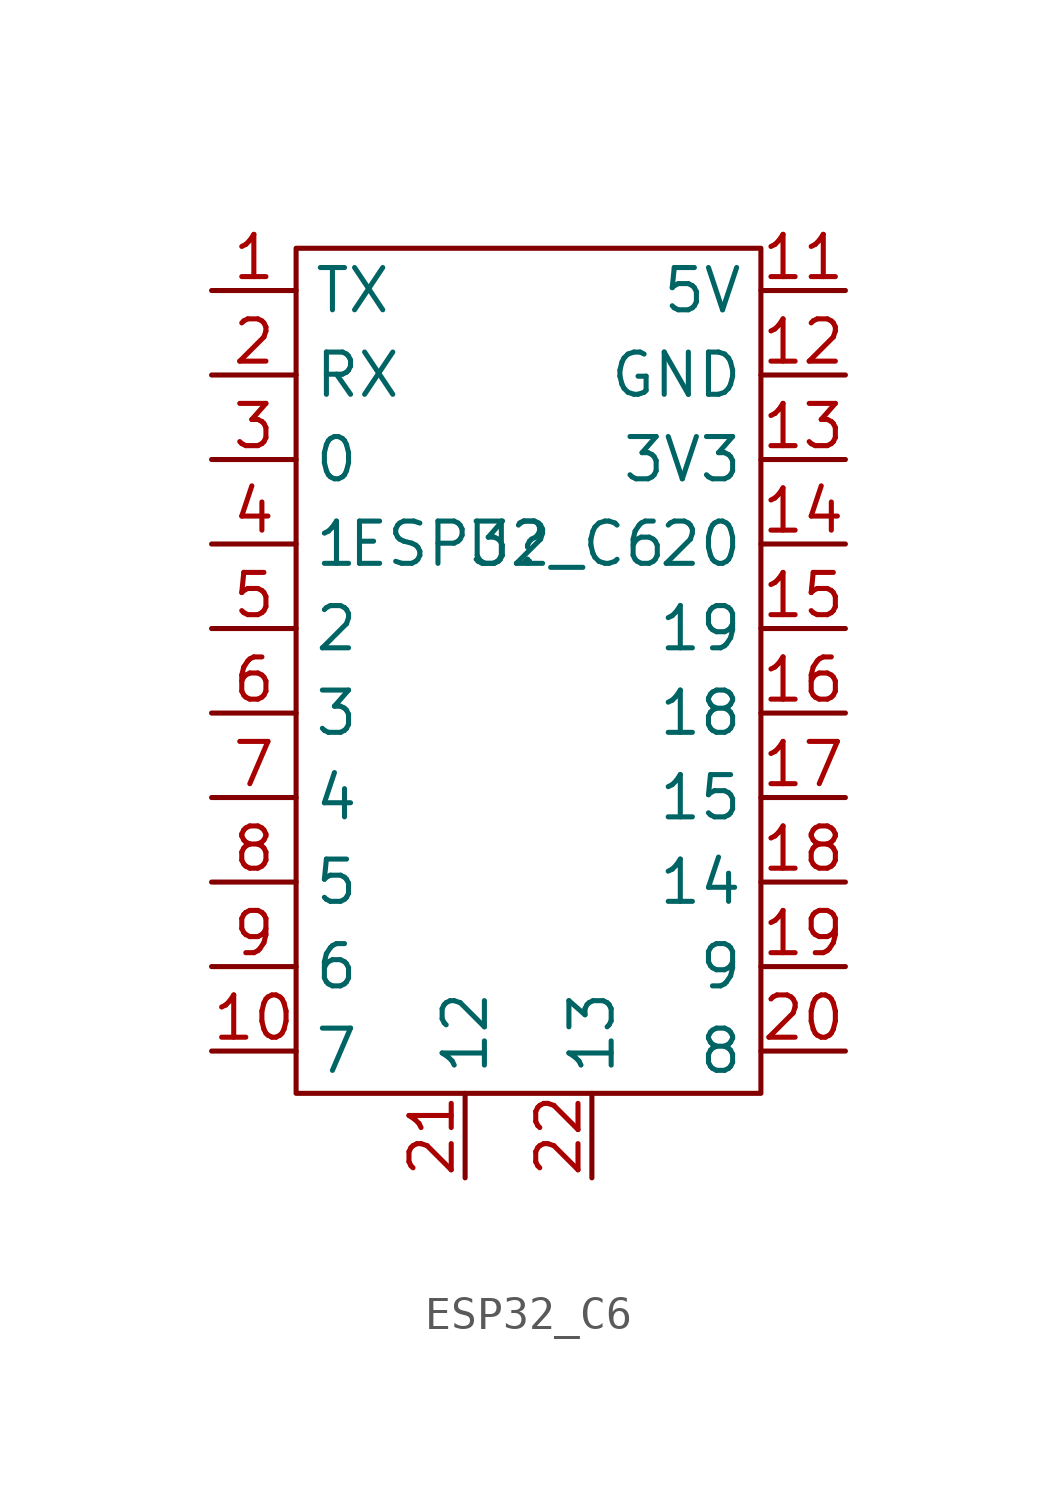
<source format=kicad_sym>
(kicad_symbol_lib
  (version 20220914)
  (generator kicad_symbol_editor)
  (symbol "ESP32_C6"
    (property "Reference" "U"
      (at 0 0 0)
      (effects (font (size 1.27 1.27))))
    (property "Value" "ESP32_C6"
      (at 0 0 0)
      (effects (font (size 1.27 1.27))))
    (symbol "ESP32_C6_0_1"
      (rectangle (start -6.35 8.89) (end 7.62 -16.51) (stroke (width 0) (type default)) (fill (type none))))
    (symbol "ESP32_C6_1_1"
      (pin input line (at -8.89 7.62 0) (length 2.54) (name "TX" (effects (font (size 1.27 1.27)))) (number "1" (effects (font (size 1.27 1.27)))))
      (pin input line (at -8.89 -15.24 0) (length 2.54) (name "7" (effects (font (size 1.27 1.27)))) (number "10" (effects (font (size 1.27 1.27)))))
      (pin input line (at 10.16 7.62 180) (length 2.54) (name "5V" (effects (font (size 1.27 1.27)))) (number "11" (effects (font (size 1.27 1.27)))))
      (pin input line (at 10.16 5.08 180) (length 2.54) (name "GND" (effects (font (size 1.27 1.27)))) (number "12" (effects (font (size 1.27 1.27)))))
      (pin input line (at 10.16 2.54 180) (length 2.54) (name "3V3" (effects (font (size 1.27 1.27)))) (number "13" (effects (font (size 1.27 1.27)))))
      (pin input line (at 10.16 0 180) (length 2.54) (name "20" (effects (font (size 1.27 1.27)))) (number "14" (effects (font (size 1.27 1.27)))))
      (pin input line (at 10.16 -2.54 180) (length 2.54) (name "19" (effects (font (size 1.27 1.27)))) (number "15" (effects (font (size 1.27 1.27)))))
      (pin input line (at 10.16 -5.08 180) (length 2.54) (name "18" (effects (font (size 1.27 1.27)))) (number "16" (effects (font (size 1.27 1.27)))))
      (pin input line (at 10.16 -7.62 180) (length 2.54) (name "15" (effects (font (size 1.27 1.27)))) (number "17" (effects (font (size 1.27 1.27)))))
      (pin input line (at 10.16 -10.16 180) (length 2.54) (name "14" (effects (font (size 1.27 1.27)))) (number "18" (effects (font (size 1.27 1.27)))))
      (pin input line (at 10.16 -12.7 180) (length 2.54) (name "9" (effects (font (size 1.27 1.27)))) (number "19" (effects (font (size 1.27 1.27)))))
      (pin input line (at -8.89 5.08 0) (length 2.54) (name "RX" (effects (font (size 1.27 1.27)))) (number "2" (effects (font (size 1.27 1.27)))))
      (pin input line (at 10.16 -15.24 180) (length 2.54) (name "8" (effects (font (size 1.27 1.27)))) (number "20" (effects (font (size 1.27 1.27)))))
      (pin input line (at -1.27 -19.05 90) (length 2.54) (name "12" (effects (font (size 1.27 1.27)))) (number "21" (effects (font (size 1.27 1.27)))))
      (pin input line (at 2.54 -19.05 90) (length 2.54) (name "13" (effects (font (size 1.27 1.27)))) (number "22" (effects (font (size 1.27 1.27)))))
      (pin input line (at -8.89 2.54 0) (length 2.54) (name "0" (effects (font (size 1.27 1.27)))) (number "3" (effects (font (size 1.27 1.27)))))
      (pin input line (at -8.89 0 0) (length 2.54) (name "1" (effects (font (size 1.27 1.27)))) (number "4" (effects (font (size 1.27 1.27)))))
      (pin input line (at -8.89 -2.54 0) (length 2.54) (name "2" (effects (font (size 1.27 1.27)))) (number "5" (effects (font (size 1.27 1.27)))))
      (pin input line (at -8.89 -5.08 0) (length 2.54) (name "3" (effects (font (size 1.27 1.27)))) (number "6" (effects (font (size 1.27 1.27)))))
      (pin input line (at -8.89 -7.62 0) (length 2.54) (name "4" (effects (font (size 1.27 1.27)))) (number "7" (effects (font (size 1.27 1.27)))))
      (pin input line (at -8.89 -10.16 0) (length 2.54) (name "5" (effects (font (size 1.27 1.27)))) (number "8" (effects (font (size 1.27 1.27)))))
      (pin input line (at -8.89 -12.7 0) (length 2.54) (name "6" (effects (font (size 1.27 1.27)))) (number "9" (effects (font (size 1.27 1.27))))))))
</source>
